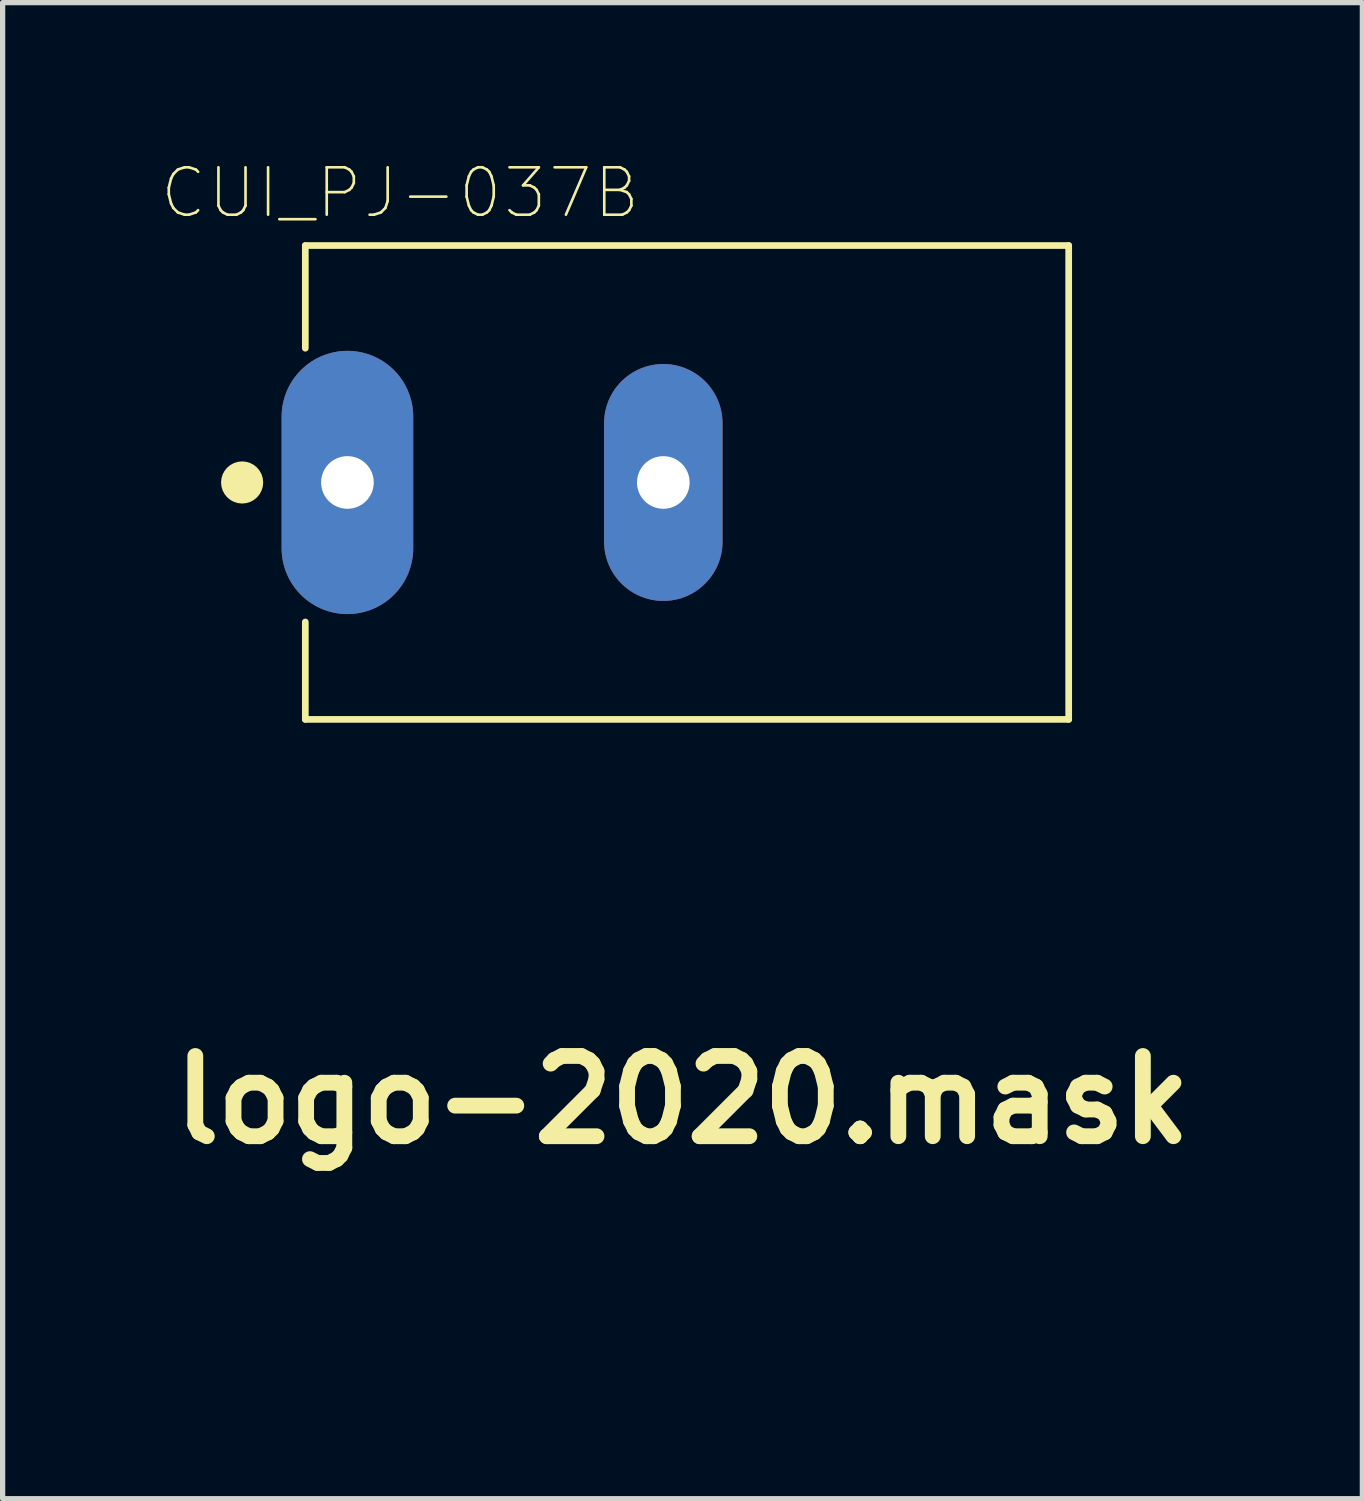
<source format=kicad_pcb>
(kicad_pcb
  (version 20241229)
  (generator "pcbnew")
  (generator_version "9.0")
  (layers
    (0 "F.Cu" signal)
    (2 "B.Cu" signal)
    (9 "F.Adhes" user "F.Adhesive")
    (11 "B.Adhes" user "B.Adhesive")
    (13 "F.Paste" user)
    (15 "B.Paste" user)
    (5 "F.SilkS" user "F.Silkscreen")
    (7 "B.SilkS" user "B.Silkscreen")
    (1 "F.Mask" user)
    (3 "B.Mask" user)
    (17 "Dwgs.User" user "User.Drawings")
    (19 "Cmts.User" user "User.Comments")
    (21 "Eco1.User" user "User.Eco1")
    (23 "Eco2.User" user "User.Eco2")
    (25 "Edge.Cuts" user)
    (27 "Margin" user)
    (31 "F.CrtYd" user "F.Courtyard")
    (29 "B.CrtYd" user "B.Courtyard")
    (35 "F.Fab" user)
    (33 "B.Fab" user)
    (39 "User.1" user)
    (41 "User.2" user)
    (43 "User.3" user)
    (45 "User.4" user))
  (footprint "logo-2020.mask"
    (layer "F.Cu")
    (at 9.913 17.842)
    (property "Reference" "logo-2020.mask" (at 0 0 0) (layer "F.SilkS") (effects (font (size 1.524 1.524) (thickness 0.3))))
    (attr through_hole)
    (fp_poly (pts (xy 3.564 -3.945) (xy 3.581 -3.93) (xy 3.606 -3.906) (xy 3.638 -3.875) (xy 3.674 -3.837) (xy 3.714 -3.794) (xy 3.755 -3.749) (xy 3.797 -3.702) (xy 3.836 -3.656) (xy 3.842 -3.649) (xy 4.021 -3.423) (xy 4.185 -3.188) (xy 4.335 -2.945) (xy 4.47 -2.694) (xy 4.59 -2.435) (xy 4.694 -2.171) (xy 4.783 -1.9) (xy 4.857 -1.624) (xy 4.914 -1.343) (xy 4.936 -1.206) (xy 4.948 -1.117) (xy 4.958 -1.036) (xy 4.966 -0.96) (xy 4.972 -0.886) (xy 4.976 -0.809) (xy 4.979 -0.727) (xy 4.981 -0.637) (xy 4.981 -0.533) (xy 4.981 -0.504) (xy 4.98 -0.362) (xy 4.977 -0.233) (xy 4.971 -0.113) (xy 4.961 0.001) (xy 4.948 0.115) (xy 4.931 0.231) (xy 4.91 0.354) (xy 4.885 0.483) (xy 4.822 0.753) (xy 4.743 1.021) (xy 4.648 1.285) (xy 4.538 1.543) (xy 4.414 1.794) (xy 4.276 2.037) (xy 4.124 2.271) (xy 3.961 2.494) (xy 3.928 2.536) (xy 3.739 2.758) (xy 3.54 2.967) (xy 3.331 3.163) (xy 3.111 3.345) (xy 2.883 3.514) (xy 2.645 3.668) (xy 2.398 3.809) (xy 2.143 3.935) (xy 1.88 4.046) (xy 1.61 4.142) (xy 1.333 4.223) (xy 1.049 4.289) (xy 1.033 4.292) (xy 0.948 4.307) (xy 0.854 4.322) (xy 0.754 4.336) (xy 0.651 4.348) (xy 0.55 4.359) (xy 0.452 4.368) (xy 0.363 4.374) (xy 0.285 4.377) (xy 0.253 4.377) (xy 0.181 4.377) (xy 0.103 4.568) (xy -0.014 4.568) (xy -0.062 4.568) (xy -0.108 4.568) (xy -0.147 4.567) (xy -0.175 4.566) (xy -0.178 4.566) (xy -0.472 4.54) (xy -0.763 4.498) (xy -1.05 4.439) (xy -1.332 4.365) (xy -1.609 4.275) (xy -1.879 4.17) (xy -2.143 4.05) (xy -2.399 3.915) (xy -2.585 3.804) (xy -2.828 3.643) (xy -3.059 3.47) (xy -3.278 3.285) (xy -3.486 3.089) (xy -3.681 2.883) (xy -3.864 2.667) (xy -4.034 2.442) (xy -4.19 2.209) (xy -4.334 1.967) (xy -4.464 1.719) (xy -4.58 1.463) (xy -4.681 1.202) (xy -4.768 0.935) (xy -4.841 0.663) (xy -4.898 0.387) (xy -4.94 0.107) (xy -4.967 -0.175) (xy -4.977 -0.461) (xy -4.971 -0.748) (xy -4.949 -1.036) (xy -4.922 -1.249) (xy -4.873 -1.528) (xy -4.807 -1.805) (xy -4.727 -2.079) (xy -4.631 -2.347) (xy -4.522 -2.607) (xy -4.474 -2.709) (xy -4.45 -2.757) (xy -4.424 -2.808) (xy -4.398 -2.861) (xy -4.371 -2.912) (xy -4.346 -2.96) (xy -4.324 -3.001) (xy -4.306 -3.034) (xy -4.293 -3.056) (xy -4.288 -3.064) (xy -4.28 -3.061) (xy -4.261 -3.051) (xy -4.236 -3.037) (xy -4.206 -3.02) (xy -4.177 -3.002) (xy -4.151 -2.986) (xy -4.132 -2.974) (xy -4.123 -2.967) (xy -4.123 -2.967) (xy -4.127 -2.958) (xy -4.138 -2.938) (xy -4.153 -2.911) (xy -4.163 -2.893) (xy -4.191 -2.842) (xy -4.223 -2.779) (xy -4.259 -2.709) (xy -4.295 -2.634) (xy -4.331 -2.559) (xy -4.363 -2.488) (xy -4.392 -2.425) (xy -4.406 -2.392) (xy -4.507 -2.126) (xy -4.592 -1.857) (xy -4.662 -1.585) (xy -4.716 -1.308) (xy -4.755 -1.024) (xy -4.776 -0.787) (xy -4.782 -0.663) (xy -4.783 -0.527) (xy -4.781 -0.383) (xy -4.775 -0.237) (xy -4.766 -0.091) (xy -4.754 0.048) (xy -4.738 0.177) (xy -4.737 0.186) (xy -4.688 0.462) (xy -4.624 0.736) (xy -4.543 1.006) (xy -4.448 1.273) (xy -4.337 1.534) (xy -4.211 1.788) (xy -4.072 2.034) (xy -3.919 2.271) (xy -3.827 2.4) (xy -3.662 2.612) (xy -3.483 2.815) (xy -3.293 3.01) (xy -3.092 3.193) (xy -2.883 3.365) (xy -2.668 3.522) (xy -2.495 3.636) (xy -2.249 3.779) (xy -2 3.907) (xy -1.748 4.019) (xy -1.489 4.116) (xy -1.223 4.199) (xy -1.092 4.234) (xy -0.925 4.272) (xy -0.751 4.306) (xy -0.575 4.333) (xy -0.401 4.354) (xy -0.231 4.368) (xy -0.069 4.376) (xy 0.051 4.376) (xy 0.182 4.373) (xy 0.259 4.183) (xy 0.282 4.127) (xy 0.309 4.059) (xy 0.34 3.982) (xy 0.373 3.902) (xy 0.406 3.82) (xy 0.438 3.741) (xy 0.451 3.708) (xy 0.48 3.637) (xy 0.515 3.551) (xy 0.555 3.453) (xy 0.599 3.345) (xy 0.647 3.227) (xy 0.698 3.101) (xy 0.751 2.969) (xy 0.806 2.833) (xy 0.862 2.695) (xy 0.919 2.555) (xy 0.975 2.415) (xy 1.031 2.278) (xy 1.085 2.145) (xy 1.137 2.016) (xy 1.186 1.895) (xy 1.231 1.783) (xy 1.273 1.68) (xy 1.309 1.59) (xy 1.339 1.516) (xy 1.375 1.426) (xy 1.414 1.33) (xy 1.454 1.231) (xy 1.494 1.132) (xy 1.533 1.037) (xy 1.568 0.95) (xy 1.599 0.873) (xy 1.609 0.851) (xy 1.632 0.792) (xy 1.662 0.719) (xy 1.697 0.632) (xy 1.738 0.532) (xy 1.783 0.421) (xy 1.833 0.298) (xy 1.886 0.166) (xy 1.944 0.024) (xy 2.004 -0.125) (xy 2.068 -0.282) (xy 2.134 -0.444) (xy 2.201 -0.612) (xy 2.271 -0.784) (xy 2.342 -0.959) (xy 2.414 -1.136) (xy 2.486 -1.314) (xy 2.559 -1.493) (xy 2.631 -1.671) (xy 2.702 -1.848) (xy 2.773 -2.022) (xy 2.842 -2.192) (xy 2.909 -2.358) (xy 2.974 -2.519) (xy 3.036 -2.673) (xy 3.096 -2.82) (xy 3.152 -2.958) (xy 3.204 -3.087) (xy 3.252 -3.206) (xy 3.295 -3.313) (xy 3.334 -3.408) (xy 3.367 -3.49) (xy 3.387 -3.539) (xy 3.418 -3.617) (xy 3.448 -3.691) (xy 3.476 -3.758) (xy 3.5 -3.817) (xy 3.521 -3.867) (xy 3.537 -3.906) (xy 3.549 -3.934) (xy 3.555 -3.947) (xy 3.556 -3.948) (xy 3.564 -3.945)) (stroke (width 0.01) (type solid)) (fill yes) (layer "F.Mask")))
  (footprint "CUI_PJ-037B"
    (layer "F.Cu")
    (at 3.549 6.114)
    (property "Reference" "CUI_PJ-037B" (at 1 -5.5 0) (layer "F.SilkS") (effects (font (size 0.9 0.9) (thickness 0.05))))
    (attr through_hole)
    (fp_line (start -0.8 -4.5) (end 13.7 -4.5) (stroke (width 0.127) (type solid)) (layer "F.SilkS"))
    (fp_line (start -0.8 -2.55) (end -0.8 -4.5) (stroke (width 0.127) (type solid)) (layer "F.SilkS"))
    (fp_line (start -0.8 4.5) (end -0.8 2.65) (stroke (width 0.127) (type solid)) (layer "F.SilkS"))
    (fp_line (start 13.7 -4.5) (end 13.7 4.5) (stroke (width 0.127) (type solid)) (layer "F.SilkS"))
    (fp_line (start 13.7 4.5) (end -0.8 4.5) (stroke (width 0.127) (type solid)) (layer "F.SilkS"))
    (fp_circle (center -2 0) (end -1.8 0) (stroke (width 0.4) (type solid)) (fill no) (layer "F.SilkS"))
    (fp_line (start -1.55 -2.25) (end -1.55 2.35) (stroke (width 0.05) (type solid)) (layer "Eco1.User"))
    (fp_line (start -1.55 2.35) (end -1.1 2.35) (stroke (width 0.05) (type solid)) (layer "Eco1.User"))
    (fp_line (start -1.1 -4.75) (end 13.95 -4.75) (stroke (width 0.05) (type solid)) (layer "Eco1.User"))
    (fp_line (start -1.1 -2.25) (end -1.55 -2.25) (stroke (width 0.05) (type solid)) (layer "Eco1.User"))
    (fp_line (start -1.1 -2.25) (end -1.1 -4.75) (stroke (width 0.05) (type solid)) (layer "Eco1.User"))
    (fp_line (start -1.1 4.75) (end -1.1 2.35) (stroke (width 0.05) (type solid)) (layer "Eco1.User"))
    (fp_line (start 13.95 -4.75) (end 13.95 4.75) (stroke (width 0.05) (type solid)) (layer "Eco1.User"))
    (fp_line (start 13.95 4.75) (end -1.1 4.75) (stroke (width 0.05) (type solid)) (layer "Eco1.User"))
    (fp_line (start -0.8 -4.5) (end 13.7 -4.5) (stroke (width 0.127) (type solid)) (layer "Eco2.User"))
    (fp_line (start -0.8 4.5) (end -0.8 -4.5) (stroke (width 0.127) (type solid)) (layer "Eco2.User"))
    (fp_line (start 13.7 -4.5) (end 13.7 4.5) (stroke (width 0.127) (type solid)) (layer "Eco2.User"))
    (fp_line (start 13.7 4.5) (end -0.8 4.5) (stroke (width 0.127) (type solid)) (layer "Eco2.User"))
    (fp_line (start -0.5 -1.75) (end 0.5 -1.75) (stroke (width 0.0001) (type solid)) (layer "Edge.Cuts"))
    (fp_line (start -0.5 1.75) (end -0.5 -1.75) (stroke (width 0.0001) (type solid)) (layer "Edge.Cuts"))
    (fp_line (start 0.5 -1.75) (end 0.5 1.75) (stroke (width 0.0001) (type solid)) (layer "Edge.Cuts"))
    (fp_line (start 0.5 1.75) (end -0.5 1.75) (stroke (width 0.0001) (type solid)) (layer "Edge.Cuts"))
    (fp_line (start 5.5 -1.5) (end 6.5 -1.5) (stroke (width 0.0001) (type solid)) (layer "Edge.Cuts"))
    (fp_line (start 5.5 1.5) (end 5.5 -1.5) (stroke (width 0.0001) (type solid)) (layer "Edge.Cuts"))
    (fp_line (start 6.5 -1.5) (end 6.5 1.5) (stroke (width 0.0001) (type solid)) (layer "Edge.Cuts"))
    (fp_line (start 6.5 1.5) (end 5.5 1.5) (stroke (width 0.0001) (type solid)) (layer "Edge.Cuts"))
    (pad "1" thru_hole oval (at 0 0 90) (size 5 2.5) (drill 1) (layers "*.Cu" "*.Mask"))
    (pad "2" thru_hole oval (at 6 0 90) (size 4.5 2.25) (drill 1) (layers "*.Cu" "*.Mask")))
  (gr_rect
    (start -3 -3)
    (end 22.827 25.416)
    (stroke (width 0.1) (type default))
    (fill no)
    (layer "Edge.Cuts")))
</source>
